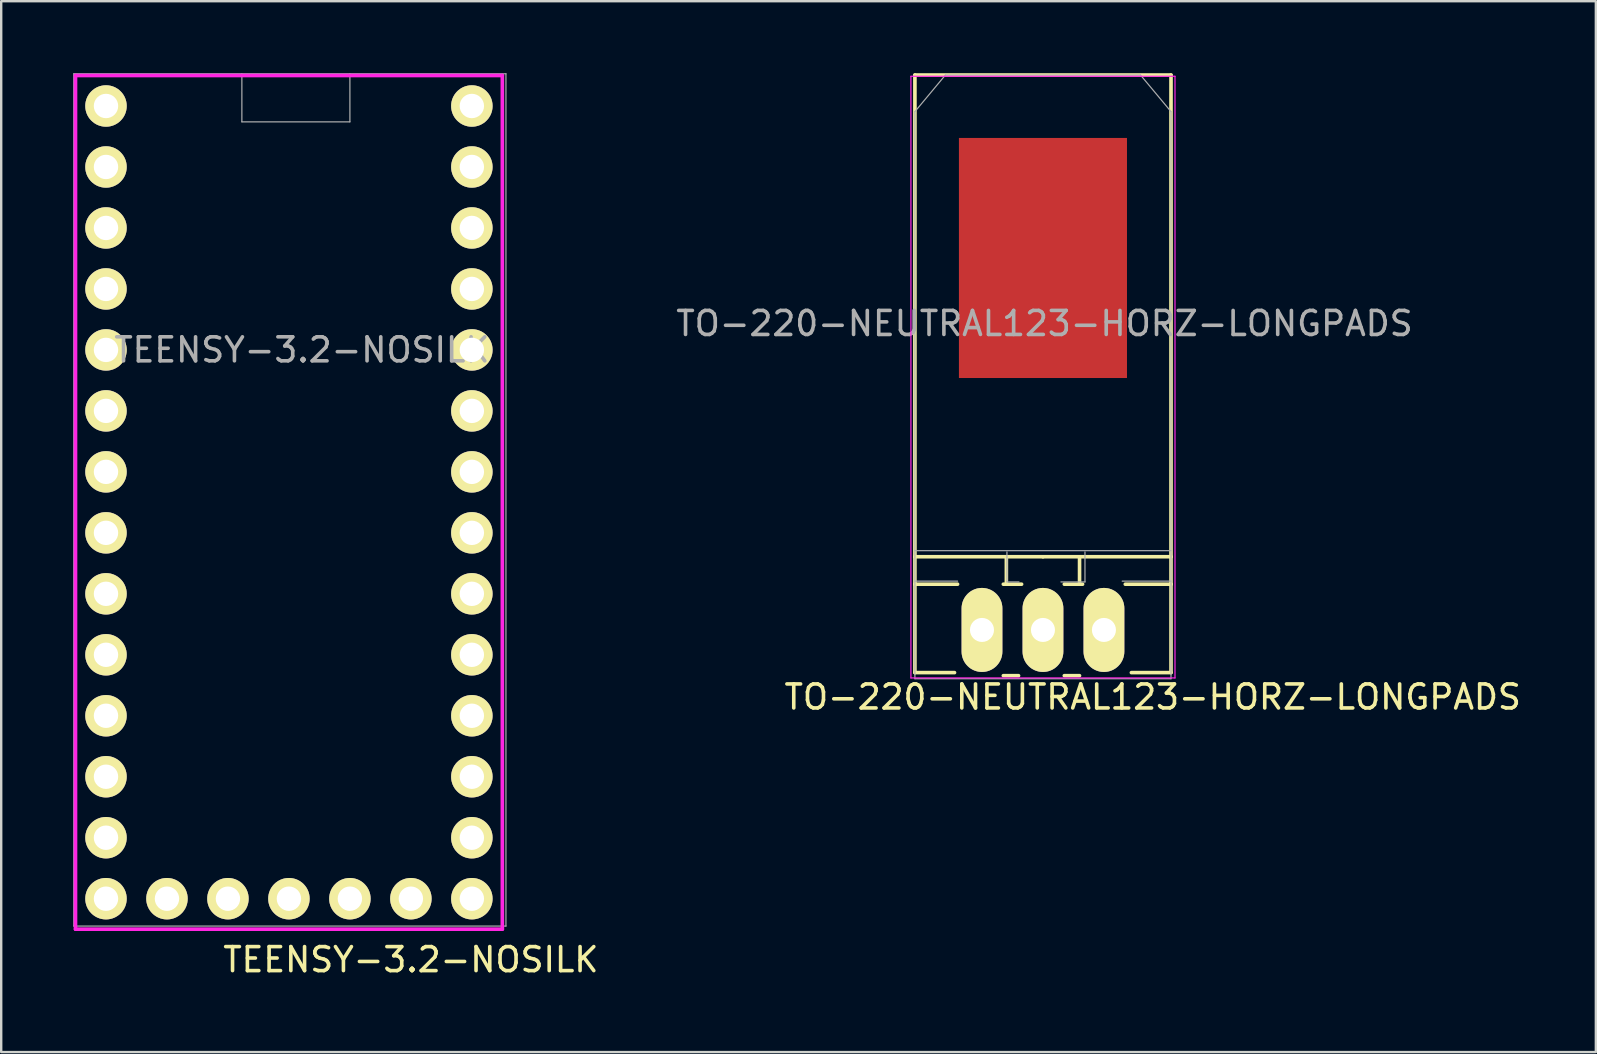
<source format=kicad_pcb>
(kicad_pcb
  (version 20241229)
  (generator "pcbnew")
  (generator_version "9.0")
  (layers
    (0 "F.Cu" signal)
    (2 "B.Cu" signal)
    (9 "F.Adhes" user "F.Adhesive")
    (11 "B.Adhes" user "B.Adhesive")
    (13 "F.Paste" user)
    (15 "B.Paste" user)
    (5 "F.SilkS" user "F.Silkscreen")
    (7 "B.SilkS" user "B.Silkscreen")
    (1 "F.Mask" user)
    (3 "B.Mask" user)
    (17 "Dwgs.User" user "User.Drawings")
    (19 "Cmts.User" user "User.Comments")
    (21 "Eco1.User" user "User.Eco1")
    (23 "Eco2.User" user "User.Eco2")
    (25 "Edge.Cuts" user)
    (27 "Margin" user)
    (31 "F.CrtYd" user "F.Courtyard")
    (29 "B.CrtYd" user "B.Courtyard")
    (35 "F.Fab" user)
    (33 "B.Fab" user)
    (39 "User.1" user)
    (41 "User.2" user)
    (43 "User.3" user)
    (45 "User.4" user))
  (footprint "TO-220-NEUTRAL123-HORZ-LONGPADS"
    (layer "F.Cu")
    (at 40.394 23.19)
    (property "Reference" "TO-220-NEUTRAL123-HORZ-LONGPADS" (at 0.064 -12.764 0) (layer "F.Fab") (effects (font (size 1 1) (thickness 0.15))))
    (attr through_hole)
    (fp_line (start -5.334 -23.114) (end 5.334 -23.114) (stroke (width 0.152) (type solid)) (layer "F.SilkS"))
    (fp_line (start -5.334 -3.048) (end -5.334 -23.114) (stroke (width 0.152) (type solid)) (layer "F.SilkS"))
    (fp_line (start -5.334 -1.905) (end -5.334 -3.048) (stroke (width 0.15) (type solid)) (layer "F.SilkS"))
    (fp_line (start -5.334 -1.905) (end -3.556 -1.905) (stroke (width 0.15) (type solid)) (layer "F.SilkS"))
    (fp_line (start -5.334 1.778) (end -5.334 -1.905) (stroke (width 0.15) (type solid)) (layer "F.SilkS"))
    (fp_line (start -5.334 1.778) (end -3.683 1.778) (stroke (width 0.15) (type solid)) (layer "F.SilkS"))
    (fp_line (start -1.524 -3.048) (end -1.524 -1.905) (stroke (width 0.15) (type solid)) (layer "F.SilkS"))
    (fp_line (start -1.524 -1.905) (end -1.651 -1.905) (stroke (width 0.15) (type solid)) (layer "F.SilkS"))
    (fp_line (start -1.524 -1.905) (end -0.889 -1.905) (stroke (width 0.15) (type solid)) (layer "F.SilkS"))
    (fp_line (start -1.016 1.905) (end -1.651 1.905) (stroke (width 0.15) (type solid)) (layer "F.SilkS"))
    (fp_line (start 0 -3.048) (end -5.334 -3.048) (stroke (width 0.15) (type solid)) (layer "F.SilkS"))
    (fp_line (start 0 -3.048) (end 5.334 -3.048) (stroke (width 0.15) (type solid)) (layer "F.SilkS"))
    (fp_line (start 0.889 -1.905) (end 1.651 -1.905) (stroke (width 0.15) (type solid)) (layer "F.SilkS"))
    (fp_line (start 1.524 -3.048) (end 1.524 -1.905) (stroke (width 0.15) (type solid)) (layer "F.SilkS"))
    (fp_line (start 1.524 1.905) (end 0.889 1.905) (stroke (width 0.15) (type solid)) (layer "F.SilkS"))
    (fp_line (start 5.334 -3.048) (end 5.334 -23.114) (stroke (width 0.152) (type solid)) (layer "F.SilkS"))
    (fp_line (start 5.334 -3.048) (end 5.334 -1.905) (stroke (width 0.15) (type solid)) (layer "F.SilkS"))
    (fp_line (start 5.334 -1.905) (end 3.429 -1.905) (stroke (width 0.15) (type solid)) (layer "F.SilkS"))
    (fp_line (start 5.334 -1.905) (end 5.334 1.778) (stroke (width 0.15) (type solid)) (layer "F.SilkS"))
    (fp_line (start 5.334 1.778) (end 3.683 1.778) (stroke (width 0.15) (type solid)) (layer "F.SilkS"))
    (fp_line (start -5.5 -23.062) (end -5.5 2) (stroke (width 0.05) (type solid)) (layer "F.CrtYd"))
    (fp_line (start -5.5 2) (end 5.5 2) (stroke (width 0.05) (type solid)) (layer "F.CrtYd"))
    (fp_line (start 5.5 -23.062) (end -5.5 -23.062) (stroke (width 0.05) (type solid)) (layer "F.CrtYd"))
    (fp_line (start 5.5 2) (end 5.5 -23.062) (stroke (width 0.05) (type solid)) (layer "F.CrtYd"))
    (fp_line (start -5.334 -21.59) (end -4.064 -23.114) (stroke (width 0.05) (type solid)) (layer "F.Fab"))
    (fp_line (start -5.334 2.032) (end -5.334 -21.59) (stroke (width 0.05) (type solid)) (layer "F.Fab"))
    (fp_line (start -3.556 -2.032) (end -5.334 -2.032) (stroke (width 0.05) (type solid)) (layer "F.Fab"))
    (fp_line (start -1.5 -2) (end -1.5 -3.25) (stroke (width 0.05) (type solid)) (layer "F.Fab"))
    (fp_line (start -1 -2) (end -1.5 -2) (stroke (width 0.05) (type solid)) (layer "F.Fab"))
    (fp_line (start 1.75 -2) (end 0.75 -2) (stroke (width 0.05) (type solid)) (layer "F.Fab"))
    (fp_line (start 1.75 -2) (end 1.75 -3.25) (stroke (width 0.05) (type solid)) (layer "F.Fab"))
    (fp_line (start 4.064 -23.114) (end -4.064 -23.114) (stroke (width 0.05) (type solid)) (layer "F.Fab"))
    (fp_line (start 4.064 -23.114) (end 5.334 -21.59) (stroke (width 0.05) (type solid)) (layer "F.Fab"))
    (fp_line (start 5.334 -21.59) (end 5.334 2.032) (stroke (width 0.05) (type solid)) (layer "F.Fab"))
    (fp_line (start 5.334 -3.302) (end -5.334 -3.302) (stroke (width 0.05) (type solid)) (layer "F.Fab"))
    (fp_line (start 5.334 -2.032) (end 3.302 -2.032) (stroke (width 0.05) (type solid)) (layer "F.Fab"))
    (fp_line (start 5.334 2.032) (end -5.334 2.032) (stroke (width 0.05) (type solid)) (layer "F.Fab"))
    (fp_text user "${REFERENCE}" (at 4.572 2.794 0) (layer "F.SilkS") (effects (font (size 1 1) (thickness 0.15))))
    (pad "1" thru_hole oval (at -2.54 0 90) (size 3.5 1.699) (drill 1.001) (layers "*.Cu" "*.Mask" "F.SilkS"))
    (pad "2" smd rect (at 0 -15.494) (size 7 10) (layers "F.Cu" "F.Mask"))
    (pad "2" thru_hole oval (at 0 0 90) (size 3.5 1.699) (drill 1.001) (layers "*.Cu" "*.Mask" "F.SilkS"))
    (pad "3" thru_hole oval (at 2.54 0 90) (size 3.5 1.699) (drill 1.001) (layers "*.Cu" "*.Mask" "F.SilkS")))
  (footprint "TEENSY-3.2-NOSILK"
    (layer "F.Cu")
    (at 11.525 11.525)
    (property "Reference" "TEENSY-3.2-NOSILK" (at -2 0 0) (layer "F.Fab") (effects (font (size 1 1) (thickness 0.15))))
    (attr through_hole)
    (fp_line (start -11.43 -11.43) (end -11.43 24.13) (stroke (width 0.152) (type solid)) (layer "F.CrtYd"))
    (fp_line (start -11.43 24.13) (end 6.35 24.13) (stroke (width 0.152) (type solid)) (layer "F.CrtYd"))
    (fp_line (start 6.35 -11.43) (end -11.43 -11.43) (stroke (width 0.152) (type solid)) (layer "F.CrtYd"))
    (fp_line (start 6.35 24.13) (end 6.35 -11.43) (stroke (width 0.152) (type solid)) (layer "F.CrtYd"))
    (fp_line (start -11.5 -11.5) (end -11.5 24) (stroke (width 0.05) (type solid)) (layer "F.Fab"))
    (fp_line (start -11.5 24) (end 6.5 24) (stroke (width 0.05) (type solid)) (layer "F.Fab"))
    (fp_line (start -4.5 -11.5) (end -4.5 -9.5) (stroke (width 0.05) (type solid)) (layer "F.Fab"))
    (fp_line (start -4.5 -9.5) (end 0 -9.5) (stroke (width 0.05) (type solid)) (layer "F.Fab"))
    (fp_line (start 0 -9.5) (end 0 -11.5) (stroke (width 0.05) (type solid)) (layer "F.Fab"))
    (fp_line (start 6.5 -11.5) (end -11.5 -11.5) (stroke (width 0.05) (type solid)) (layer "F.Fab"))
    (fp_line (start 6.5 24) (end 6.5 -11.5) (stroke (width 0.05) (type solid)) (layer "F.Fab"))
    (fp_text user "${REFERENCE}" (at 2.54 25.4 0) (layer "F.SilkS") (effects (font (size 1 1) (thickness 0.15))))
    (pad "0" thru_hole circle (at -10.16 -7.62) (size 1.727 1.727) (drill 1.016) (layers "*.Cu" "*.Mask" "F.SilkS"))
    (pad "1" thru_hole circle (at -10.16 -5.08) (size 1.727 1.727) (drill 1.016) (layers "*.Cu" "*.Mask" "F.SilkS"))
    (pad "2" thru_hole circle (at -10.16 -2.54) (size 1.727 1.727) (drill 1.016) (layers "*.Cu" "*.Mask" "F.SilkS"))
    (pad "3" thru_hole circle (at -10.16 0) (size 1.727 1.727) (drill 1.016) (layers "*.Cu" "*.Mask" "F.SilkS"))
    (pad "3V1" thru_hole circle (at -5.08 22.86) (size 1.727 1.727) (drill 1.016) (layers "*.Cu" "*.Mask" "F.SilkS"))
    (pad "3V2" thru_hole circle (at 5.08 -5.08) (size 1.727 1.727) (drill 1.016) (layers "*.Cu" "*.Mask" "F.SilkS"))
    (pad "4" thru_hole circle (at -10.16 2.54) (size 1.727 1.727) (drill 1.016) (layers "*.Cu" "*.Mask" "F.SilkS"))
    (pad "5" thru_hole circle (at -10.16 5.08) (size 1.727 1.727) (drill 1.016) (layers "*.Cu" "*.Mask" "F.SilkS"))
    (pad "6" thru_hole circle (at -10.16 7.62) (size 1.727 1.727) (drill 1.016) (layers "*.Cu" "*.Mask" "F.SilkS"))
    (pad "7" thru_hole circle (at -10.16 10.16) (size 1.727 1.727) (drill 1.016) (layers "*.Cu" "*.Mask" "F.SilkS"))
    (pad "8" thru_hole circle (at -10.16 12.7) (size 1.727 1.727) (drill 1.016) (layers "*.Cu" "*.Mask" "F.SilkS"))
    (pad "9" thru_hole circle (at -10.16 15.24) (size 1.727 1.727) (drill 1.016) (layers "*.Cu" "*.Mask" "F.SilkS"))
    (pad "10" thru_hole circle (at -10.16 17.78) (size 1.727 1.727) (drill 1.016) (layers "*.Cu" "*.Mask" "F.SilkS"))
    (pad "11" thru_hole circle (at -10.16 20.32) (size 1.727 1.727) (drill 1.016) (layers "*.Cu" "*.Mask" "F.SilkS"))
    (pad "12" thru_hole circle (at -10.16 22.86) (size 1.727 1.727) (drill 1.016) (layers "*.Cu" "*.Mask" "F.SilkS"))
    (pad "13" thru_hole circle (at 5.08 22.86) (size 1.727 1.727) (drill 1.016) (layers "*.Cu" "*.Mask" "F.SilkS"))
    (pad "14" thru_hole circle (at 5.08 20.32) (size 1.727 1.727) (drill 1.016) (layers "*.Cu" "*.Mask" "F.SilkS"))
    (pad "15" thru_hole circle (at 5.08 17.78) (size 1.727 1.727) (drill 1.016) (layers "*.Cu" "*.Mask" "F.SilkS"))
    (pad "16" thru_hole circle (at 5.08 15.24) (size 1.727 1.727) (drill 1.016) (layers "*.Cu" "*.Mask" "F.SilkS"))
    (pad "17" thru_hole circle (at 5.08 12.7) (size 1.727 1.727) (drill 1.016) (layers "*.Cu" "*.Mask" "F.SilkS"))
    (pad "18" thru_hole circle (at 5.08 10.16) (size 1.727 1.727) (drill 1.016) (layers "*.Cu" "*.Mask" "F.SilkS"))
    (pad "19" thru_hole circle (at 5.08 7.62) (size 1.727 1.727) (drill 1.016) (layers "*.Cu" "*.Mask" "F.SilkS"))
    (pad "20" thru_hole circle (at 5.08 5.08) (size 1.727 1.727) (drill 1.016) (layers "*.Cu" "*.Mask" "F.SilkS"))
    (pad "21" thru_hole circle (at 5.08 2.54) (size 1.727 1.727) (drill 1.016) (layers "*.Cu" "*.Mask" "F.SilkS"))
    (pad "22" thru_hole circle (at 5.08 0) (size 1.727 1.727) (drill 1.016) (layers "*.Cu" "*.Mask" "F.SilkS"))
    (pad "23" thru_hole circle (at 5.08 -2.54) (size 1.727 1.727) (drill 1.016) (layers "*.Cu" "*.Mask" "F.SilkS"))
    (pad "AG" thru_hole circle (at 5.08 -7.62) (size 1.727 1.727) (drill 1.016) (layers "*.Cu" "*.Mask" "F.SilkS"))
    (pad "DAC" thru_hole circle (at 2.54 22.86) (size 1.727 1.727) (drill 1.016) (layers "*.Cu" "*.Mask" "F.SilkS"))
    (pad "G1" thru_hole circle (at -10.16 -10.16) (size 1.727 1.727) (drill 1.016) (layers "*.Cu" "*.Mask" "F.SilkS"))
    (pad "G2" thru_hole circle (at -2.54 22.86) (size 1.727 1.727) (drill 1.016) (layers "*.Cu" "*.Mask" "F.SilkS"))
    (pad "PGM" thru_hole circle (at 0 22.86) (size 1.727 1.727) (drill 1.016) (layers "*.Cu" "*.Mask" "F.SilkS"))
    (pad "VBAT" thru_hole circle (at -7.62 22.86) (size 1.727 1.727) (drill 1.016) (layers "*.Cu" "*.Mask" "F.SilkS"))
    (pad "VIN" thru_hole circle (at 5.08 -10.16) (size 1.727 1.727) (drill 1.016) (layers "*.Cu" "*.Mask" "F.SilkS")))
  (gr_rect
    (start -3 -3)
    (end 63.425 40.773)
    (stroke (width 0.1) (type default))
    (fill no)
    (layer "Edge.Cuts")))
</source>
